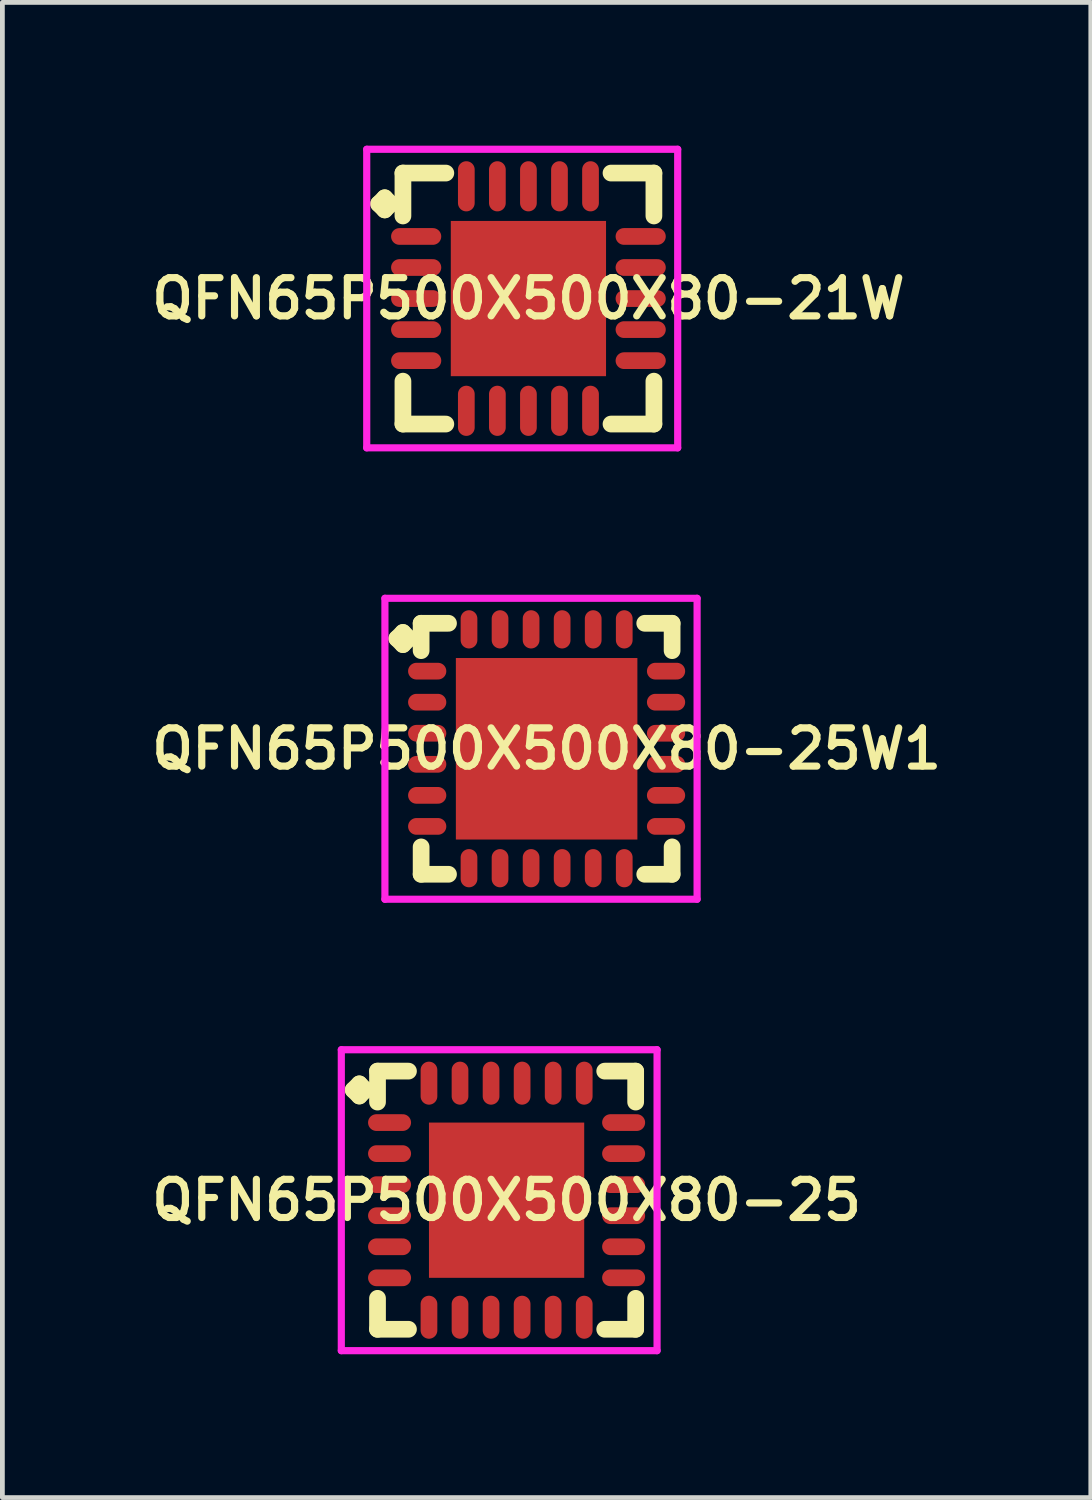
<source format=kicad_pcb>
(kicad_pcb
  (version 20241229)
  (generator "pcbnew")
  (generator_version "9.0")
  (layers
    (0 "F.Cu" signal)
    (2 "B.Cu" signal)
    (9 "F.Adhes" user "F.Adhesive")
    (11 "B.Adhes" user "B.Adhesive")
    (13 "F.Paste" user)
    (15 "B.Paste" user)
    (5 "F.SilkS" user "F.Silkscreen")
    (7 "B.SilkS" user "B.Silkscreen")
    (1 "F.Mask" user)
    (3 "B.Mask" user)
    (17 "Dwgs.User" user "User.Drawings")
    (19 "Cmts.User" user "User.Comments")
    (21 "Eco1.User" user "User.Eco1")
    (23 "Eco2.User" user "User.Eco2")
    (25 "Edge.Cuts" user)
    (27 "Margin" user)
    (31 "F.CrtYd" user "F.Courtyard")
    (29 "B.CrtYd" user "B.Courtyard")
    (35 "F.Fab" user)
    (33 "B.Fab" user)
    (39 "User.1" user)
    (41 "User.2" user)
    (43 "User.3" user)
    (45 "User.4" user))
  (footprint "QFN65P500X500X80-25W1"
    (layer "F.Cu")
    (at 8.393 12.625)
    (property "Reference" "QFN65P500X500X80-25W1" (at 0 0 0) (layer "F.SilkS") (effects (font (size 0.8 0.8) (thickness 0.15))))
    (attr smd)
    (fp_line (start -3.135 -2.308) (end -3.008 -2.435) (stroke (width 0.35) (type solid)) (layer "F.SilkS"))
    (fp_line (start -3.008 -2.435) (end -2.881 -2.308) (stroke (width 0.35) (type solid)) (layer "F.SilkS"))
    (fp_line (start -3.008 -2.181) (end -3.135 -2.308) (stroke (width 0.35) (type solid)) (layer "F.SilkS"))
    (fp_line (start -2.881 -2.308) (end -3.008 -2.181) (stroke (width 0.35) (type solid)) (layer "F.SilkS"))
    (fp_line (start -2.627 -2.627) (end -2.054 -2.627) (stroke (width 0.35) (type solid)) (layer "F.SilkS"))
    (fp_line (start -2.627 -2.054) (end -2.627 -2.627) (stroke (width 0.35) (type solid)) (layer "F.SilkS"))
    (fp_line (start -2.627 2.054) (end -2.627 2.627) (stroke (width 0.35) (type solid)) (layer "F.SilkS"))
    (fp_line (start -2.627 2.627) (end -2.054 2.627) (stroke (width 0.35) (type solid)) (layer "F.SilkS"))
    (fp_line (start 2.054 -2.627) (end 2.627 -2.627) (stroke (width 0.35) (type solid)) (layer "F.SilkS"))
    (fp_line (start 2.054 2.627) (end 2.627 2.627) (stroke (width 0.35) (type solid)) (layer "F.SilkS"))
    (fp_line (start 2.627 -2.627) (end 2.627 -2.054) (stroke (width 0.35) (type solid)) (layer "F.SilkS"))
    (fp_line (start 2.627 2.627) (end 2.627 2.054) (stroke (width 0.35) (type solid)) (layer "F.SilkS"))
    (fp_line (start -3.385 -3.15) (end 3.15 -3.15) (stroke (width 0.15) (type solid)) (layer "F.CrtYd"))
    (fp_line (start -3.385 3.15) (end -3.385 -3.15) (stroke (width 0.15) (type solid)) (layer "F.CrtYd"))
    (fp_line (start 3.15 -3.15) (end 3.15 3.15) (stroke (width 0.15) (type solid)) (layer "F.CrtYd"))
    (fp_line (start 3.15 3.15) (end -3.385 3.15) (stroke (width 0.15) (type solid)) (layer "F.CrtYd"))
    (pad "1" smd oval (at -2.5 -1.625) (size 0.8 0.35) (layers "F.Cu" "F.Mask" "F.Paste"))
    (pad "2" smd oval (at -2.5 -0.975) (size 0.8 0.35) (layers "F.Cu" "F.Mask" "F.Paste"))
    (pad "3" smd oval (at -2.5 -0.325) (size 0.8 0.35) (layers "F.Cu" "F.Mask" "F.Paste"))
    (pad "4" smd oval (at -2.5 0.325) (size 0.8 0.35) (layers "F.Cu" "F.Mask" "F.Paste"))
    (pad "5" smd oval (at -2.5 0.975) (size 0.8 0.35) (layers "F.Cu" "F.Mask" "F.Paste"))
    (pad "6" smd oval (at -2.5 1.625) (size 0.8 0.35) (layers "F.Cu" "F.Mask" "F.Paste"))
    (pad "7" smd oval (at -1.625 2.5) (size 0.35 0.8) (layers "F.Cu" "F.Mask" "F.Paste"))
    (pad "8" smd oval (at -0.975 2.5) (size 0.35 0.8) (layers "F.Cu" "F.Mask" "F.Paste"))
    (pad "9" smd oval (at -0.325 2.5) (size 0.35 0.8) (layers "F.Cu" "F.Mask" "F.Paste"))
    (pad "10" smd oval (at 0.325 2.5) (size 0.35 0.8) (layers "F.Cu" "F.Mask" "F.Paste"))
    (pad "11" smd oval (at 0.975 2.5) (size 0.35 0.8) (layers "F.Cu" "F.Mask" "F.Paste"))
    (pad "12" smd oval (at 1.625 2.5) (size 0.35 0.8) (layers "F.Cu" "F.Mask" "F.Paste"))
    (pad "13" smd oval (at 2.5 1.625) (size 0.8 0.35) (layers "F.Cu" "F.Mask" "F.Paste"))
    (pad "14" smd oval (at 2.5 0.975) (size 0.8 0.35) (layers "F.Cu" "F.Mask" "F.Paste"))
    (pad "15" smd oval (at 2.5 0.325) (size 0.8 0.35) (layers "F.Cu" "F.Mask" "F.Paste"))
    (pad "16" smd oval (at 2.5 -0.325) (size 0.8 0.35) (layers "F.Cu" "F.Mask" "F.Paste"))
    (pad "17" smd oval (at 2.5 -0.975) (size 0.8 0.35) (layers "F.Cu" "F.Mask" "F.Paste"))
    (pad "18" smd oval (at 2.5 -1.625) (size 0.8 0.35) (layers "F.Cu" "F.Mask" "F.Paste"))
    (pad "19" smd oval (at 1.625 -2.5) (size 0.35 0.8) (layers "F.Cu" "F.Mask" "F.Paste"))
    (pad "20" smd oval (at 0.975 -2.5) (size 0.35 0.8) (layers "F.Cu" "F.Mask" "F.Paste"))
    (pad "21" smd oval (at 0.325 -2.5) (size 0.35 0.8) (layers "F.Cu" "F.Mask" "F.Paste"))
    (pad "22" smd oval (at -0.325 -2.5) (size 0.35 0.8) (layers "F.Cu" "F.Mask" "F.Paste"))
    (pad "23" smd oval (at -0.975 -2.5) (size 0.35 0.8) (layers "F.Cu" "F.Mask" "F.Paste"))
    (pad "24" smd oval (at -1.625 -2.5) (size 0.35 0.8) (layers "F.Cu" "F.Mask" "F.Paste"))
    (pad "25" smd rect (at 0 0) (size 3.8 3.8) (layers "F.Cu" "F.Mask" "F.Paste")))
  (footprint "QFN65P500X500X80-25"
    (layer "F.Cu")
    (at 7.555 22.075)
    (property "Reference" "QFN65P500X500X80-25" (at 0 0 0) (layer "F.SilkS") (effects (font (size 0.8 0.8) (thickness 0.15))))
    (attr smd)
    (fp_line (start -3.21 -2.308) (end -3.083 -2.435) (stroke (width 0.35) (type solid)) (layer "F.SilkS"))
    (fp_line (start -3.083 -2.435) (end -2.956 -2.308) (stroke (width 0.35) (type solid)) (layer "F.SilkS"))
    (fp_line (start -3.083 -2.181) (end -3.21 -2.308) (stroke (width 0.35) (type solid)) (layer "F.SilkS"))
    (fp_line (start -2.956 -2.308) (end -3.083 -2.181) (stroke (width 0.35) (type solid)) (layer "F.SilkS"))
    (fp_line (start -2.702 -2.702) (end -2.054 -2.702) (stroke (width 0.35) (type solid)) (layer "F.SilkS"))
    (fp_line (start -2.702 -2.054) (end -2.702 -2.702) (stroke (width 0.35) (type solid)) (layer "F.SilkS"))
    (fp_line (start -2.702 2.054) (end -2.702 2.702) (stroke (width 0.35) (type solid)) (layer "F.SilkS"))
    (fp_line (start -2.702 2.702) (end -2.054 2.702) (stroke (width 0.35) (type solid)) (layer "F.SilkS"))
    (fp_line (start 2.054 -2.702) (end 2.702 -2.702) (stroke (width 0.35) (type solid)) (layer "F.SilkS"))
    (fp_line (start 2.054 2.702) (end 2.702 2.702) (stroke (width 0.35) (type solid)) (layer "F.SilkS"))
    (fp_line (start 2.702 -2.702) (end 2.702 -2.054) (stroke (width 0.35) (type solid)) (layer "F.SilkS"))
    (fp_line (start 2.702 2.702) (end 2.702 2.054) (stroke (width 0.35) (type solid)) (layer "F.SilkS"))
    (fp_line (start -3.46 -3.15) (end 3.15 -3.15) (stroke (width 0.15) (type solid)) (layer "F.CrtYd"))
    (fp_line (start -3.46 3.15) (end -3.46 -3.15) (stroke (width 0.15) (type solid)) (layer "F.CrtYd"))
    (fp_line (start 3.15 -3.15) (end 3.15 3.15) (stroke (width 0.15) (type solid)) (layer "F.CrtYd"))
    (fp_line (start 3.15 3.15) (end -3.46 3.15) (stroke (width 0.15) (type solid)) (layer "F.CrtYd"))
    (pad "1" smd oval (at -2.45 -1.625) (size 0.9 0.35) (layers "F.Cu" "F.Mask" "F.Paste"))
    (pad "2" smd oval (at -2.45 -0.975) (size 0.9 0.35) (layers "F.Cu" "F.Mask" "F.Paste"))
    (pad "3" smd oval (at -2.45 -0.325) (size 0.9 0.35) (layers "F.Cu" "F.Mask" "F.Paste"))
    (pad "4" smd oval (at -2.45 0.325) (size 0.9 0.35) (layers "F.Cu" "F.Mask" "F.Paste"))
    (pad "5" smd oval (at -2.45 0.975) (size 0.9 0.35) (layers "F.Cu" "F.Mask" "F.Paste"))
    (pad "6" smd oval (at -2.45 1.625) (size 0.9 0.35) (layers "F.Cu" "F.Mask" "F.Paste"))
    (pad "7" smd oval (at -1.625 2.45) (size 0.35 0.9) (layers "F.Cu" "F.Mask" "F.Paste"))
    (pad "8" smd oval (at -0.975 2.45) (size 0.35 0.9) (layers "F.Cu" "F.Mask" "F.Paste"))
    (pad "9" smd oval (at -0.325 2.45) (size 0.35 0.9) (layers "F.Cu" "F.Mask" "F.Paste"))
    (pad "10" smd oval (at 0.325 2.45) (size 0.35 0.9) (layers "F.Cu" "F.Mask" "F.Paste"))
    (pad "11" smd oval (at 0.975 2.45) (size 0.35 0.9) (layers "F.Cu" "F.Mask" "F.Paste"))
    (pad "12" smd oval (at 1.625 2.45) (size 0.35 0.9) (layers "F.Cu" "F.Mask" "F.Paste"))
    (pad "13" smd oval (at 2.45 1.625) (size 0.9 0.35) (layers "F.Cu" "F.Mask" "F.Paste"))
    (pad "14" smd oval (at 2.45 0.975) (size 0.9 0.35) (layers "F.Cu" "F.Mask" "F.Paste"))
    (pad "15" smd oval (at 2.45 0.325) (size 0.9 0.35) (layers "F.Cu" "F.Mask" "F.Paste"))
    (pad "16" smd oval (at 2.45 -0.325) (size 0.9 0.35) (layers "F.Cu" "F.Mask" "F.Paste"))
    (pad "17" smd oval (at 2.45 -0.975) (size 0.9 0.35) (layers "F.Cu" "F.Mask" "F.Paste"))
    (pad "18" smd oval (at 2.45 -1.625) (size 0.9 0.35) (layers "F.Cu" "F.Mask" "F.Paste"))
    (pad "19" smd oval (at 1.625 -2.45) (size 0.35 0.9) (layers "F.Cu" "F.Mask" "F.Paste"))
    (pad "20" smd oval (at 0.975 -2.45) (size 0.35 0.9) (layers "F.Cu" "F.Mask" "F.Paste"))
    (pad "21" smd oval (at 0.325 -2.45) (size 0.35 0.9) (layers "F.Cu" "F.Mask" "F.Paste"))
    (pad "22" smd oval (at -0.325 -2.45) (size 0.35 0.9) (layers "F.Cu" "F.Mask" "F.Paste"))
    (pad "23" smd oval (at -0.975 -2.45) (size 0.35 0.9) (layers "F.Cu" "F.Mask" "F.Paste"))
    (pad "24" smd oval (at -1.625 -2.45) (size 0.35 0.9) (layers "F.Cu" "F.Mask" "F.Paste"))
    (pad "25" smd rect (at 0 0) (size 3.25 3.25) (layers "F.Cu" "F.Mask" "F.Paste")))
  (footprint "QFN65P500X500X80-21W"
    (layer "F.Cu")
    (at 8.012 3.2)
    (property "Reference" "QFN65P500X500X80-21W" (at 0 0 0) (layer "F.SilkS") (effects (font (size 0.8 0.8) (thickness 0.15))))
    (attr smd)
    (fp_line (start -3.135 -1.983) (end -3.008 -2.11) (stroke (width 0.35) (type solid)) (layer "F.SilkS"))
    (fp_line (start -3.008 -2.11) (end -2.881 -1.983) (stroke (width 0.35) (type solid)) (layer "F.SilkS"))
    (fp_line (start -3.008 -1.856) (end -3.135 -1.983) (stroke (width 0.35) (type solid)) (layer "F.SilkS"))
    (fp_line (start -2.881 -1.983) (end -3.008 -1.856) (stroke (width 0.35) (type solid)) (layer "F.SilkS"))
    (fp_line (start -2.627 -2.627) (end -1.729 -2.627) (stroke (width 0.35) (type solid)) (layer "F.SilkS"))
    (fp_line (start -2.627 -1.729) (end -2.627 -2.627) (stroke (width 0.35) (type solid)) (layer "F.SilkS"))
    (fp_line (start -2.627 1.729) (end -2.627 2.627) (stroke (width 0.35) (type solid)) (layer "F.SilkS"))
    (fp_line (start -2.627 2.627) (end -1.729 2.627) (stroke (width 0.35) (type solid)) (layer "F.SilkS"))
    (fp_line (start 1.729 -2.627) (end 2.627 -2.627) (stroke (width 0.35) (type solid)) (layer "F.SilkS"))
    (fp_line (start 1.729 2.627) (end 2.627 2.627) (stroke (width 0.35) (type solid)) (layer "F.SilkS"))
    (fp_line (start 2.627 -2.627) (end 2.627 -1.729) (stroke (width 0.35) (type solid)) (layer "F.SilkS"))
    (fp_line (start 2.627 2.627) (end 2.627 1.729) (stroke (width 0.35) (type solid)) (layer "F.SilkS"))
    (fp_line (start -3.385 -3.125) (end 3.125 -3.125) (stroke (width 0.15) (type solid)) (layer "F.CrtYd"))
    (fp_line (start -3.385 3.125) (end -3.385 -3.125) (stroke (width 0.15) (type solid)) (layer "F.CrtYd"))
    (fp_line (start 3.125 -3.125) (end 3.125 3.125) (stroke (width 0.15) (type solid)) (layer "F.CrtYd"))
    (fp_line (start 3.125 3.125) (end -3.385 3.125) (stroke (width 0.15) (type solid)) (layer "F.CrtYd"))
    (pad "1" smd oval (at -2.35 -1.3) (size 1.05 0.35) (layers "F.Cu" "F.Mask" "F.Paste"))
    (pad "2" smd oval (at -2.35 -0.65) (size 1.05 0.35) (layers "F.Cu" "F.Mask" "F.Paste"))
    (pad "3" smd oval (at -2.35 0) (size 1.05 0.35) (layers "F.Cu" "F.Mask" "F.Paste"))
    (pad "4" smd oval (at -2.35 0.65) (size 1.05 0.35) (layers "F.Cu" "F.Mask" "F.Paste"))
    (pad "5" smd oval (at -2.35 1.3) (size 1.05 0.35) (layers "F.Cu" "F.Mask" "F.Paste"))
    (pad "6" smd oval (at -1.3 2.35) (size 0.35 1.05) (layers "F.Cu" "F.Mask" "F.Paste"))
    (pad "7" smd oval (at -0.65 2.35) (size 0.35 1.05) (layers "F.Cu" "F.Mask" "F.Paste"))
    (pad "8" smd oval (at 0 2.35) (size 0.35 1.05) (layers "F.Cu" "F.Mask" "F.Paste"))
    (pad "9" smd oval (at 0.65 2.35) (size 0.35 1.05) (layers "F.Cu" "F.Mask" "F.Paste"))
    (pad "10" smd oval (at 1.3 2.35) (size 0.35 1.05) (layers "F.Cu" "F.Mask" "F.Paste"))
    (pad "11" smd oval (at 2.35 1.3) (size 1.05 0.35) (layers "F.Cu" "F.Mask" "F.Paste"))
    (pad "12" smd oval (at 2.35 0.65) (size 1.05 0.35) (layers "F.Cu" "F.Mask" "F.Paste"))
    (pad "13" smd oval (at 2.35 0) (size 1.05 0.35) (layers "F.Cu" "F.Mask" "F.Paste"))
    (pad "14" smd oval (at 2.35 -0.65) (size 1.05 0.35) (layers "F.Cu" "F.Mask" "F.Paste"))
    (pad "15" smd oval (at 2.35 -1.3) (size 1.05 0.35) (layers "F.Cu" "F.Mask" "F.Paste"))
    (pad "16" smd oval (at 1.3 -2.35) (size 0.35 1.05) (layers "F.Cu" "F.Mask" "F.Paste"))
    (pad "17" smd oval (at 0.65 -2.35) (size 0.35 1.05) (layers "F.Cu" "F.Mask" "F.Paste"))
    (pad "18" smd oval (at 0 -2.35) (size 0.35 1.05) (layers "F.Cu" "F.Mask" "F.Paste"))
    (pad "19" smd oval (at -0.65 -2.35) (size 0.35 1.05) (layers "F.Cu" "F.Mask" "F.Paste"))
    (pad "20" smd oval (at -1.3 -2.35) (size 0.35 1.05) (layers "F.Cu" "F.Mask" "F.Paste"))
    (pad "21" smd rect (at 0 0) (size 3.25 3.25) (layers "F.Cu" "F.Mask" "F.Paste")))
  (gr_rect
    (start -3 -3)
    (end 19.785 28.3)
    (stroke (width 0.1) (type default))
    (fill no)
    (layer "Edge.Cuts")))
</source>
